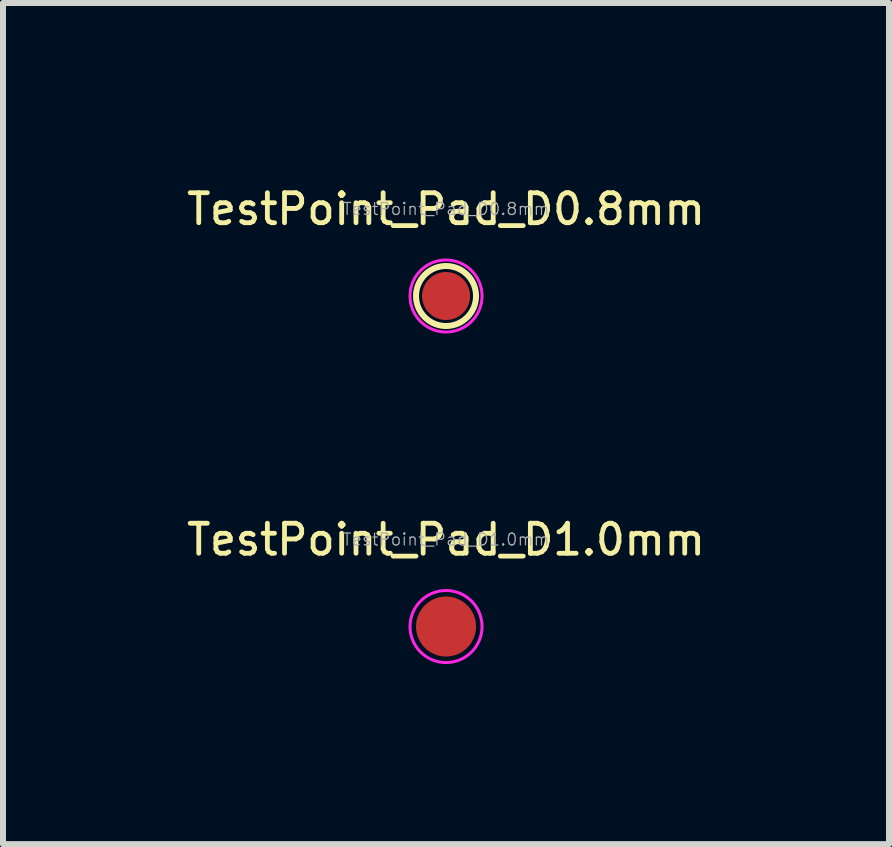
<source format=kicad_pcb>
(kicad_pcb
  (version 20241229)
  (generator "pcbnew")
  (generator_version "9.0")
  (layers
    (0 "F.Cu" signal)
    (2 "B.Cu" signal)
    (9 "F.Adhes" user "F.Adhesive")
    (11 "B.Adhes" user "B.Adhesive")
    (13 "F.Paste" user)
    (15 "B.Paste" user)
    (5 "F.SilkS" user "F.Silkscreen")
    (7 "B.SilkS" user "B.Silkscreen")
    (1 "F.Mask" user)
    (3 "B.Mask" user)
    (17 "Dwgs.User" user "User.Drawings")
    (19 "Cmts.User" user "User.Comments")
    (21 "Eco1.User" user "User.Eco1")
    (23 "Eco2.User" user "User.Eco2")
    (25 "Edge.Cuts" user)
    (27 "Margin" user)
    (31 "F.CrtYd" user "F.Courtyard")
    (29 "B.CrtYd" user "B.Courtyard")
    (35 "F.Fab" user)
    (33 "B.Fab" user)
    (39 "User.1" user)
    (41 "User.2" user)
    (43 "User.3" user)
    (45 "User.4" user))
  (footprint "TestPoint_Pad_D1.0mm"
    (layer "F.Cu")
    (at 4.38 7.387)
    (property "Reference" "TestPoint_Pad_D1.0mm" (at 0 -1.448 0) (layer "F.SilkS") (effects (font (size 0.5 0.5) (thickness 0.08))))
    (attr exclude_from_pos_files exclude_from_bom)
    (fp_circle (center 0 0) (end 0.6 0) (stroke (width 0.05) (type solid)) (fill no) (layer "F.CrtYd"))
    (fp_text user "${REFERENCE}" (at 0 -1.45 0) (layer "F.Fab") (effects (font (size 0.2 0.2) (thickness 0.02))))
    (pad "1" smd circle (at 0 0) (size 1 1) (layers "F.Cu" "F.Mask")))
  (footprint "TestPoint_Pad_D0.8mm"
    (layer "F.Cu")
    (at 4.38 1.881)
    (property "Reference" "TestPoint_Pad_D0.8mm" (at 0 -1.448 0) (layer "F.SilkS") (effects (font (size 0.5 0.5) (thickness 0.08))))
    (attr exclude_from_pos_files exclude_from_bom)
    (fp_circle (center 0 0) (end 0.5 0) (stroke (width 0.1) (type solid)) (fill no) (layer "F.SilkS"))
    (fp_circle (center 0 0) (end 0.6 0) (stroke (width 0.05) (type solid)) (fill no) (layer "F.CrtYd"))
    (fp_text user "${REFERENCE}" (at 0 -1.45 0) (layer "F.Fab") (effects (font (size 0.2 0.2) (thickness 0.02))))
    (pad "1" smd circle (at 0 0) (size 0.8 0.8) (layers "F.Cu" "F.Mask")))
  (gr_rect
    (start -3 -3)
    (end 11.759 11.012)
    (stroke (width 0.1) (type default))
    (fill no)
    (layer "Edge.Cuts")))
</source>
